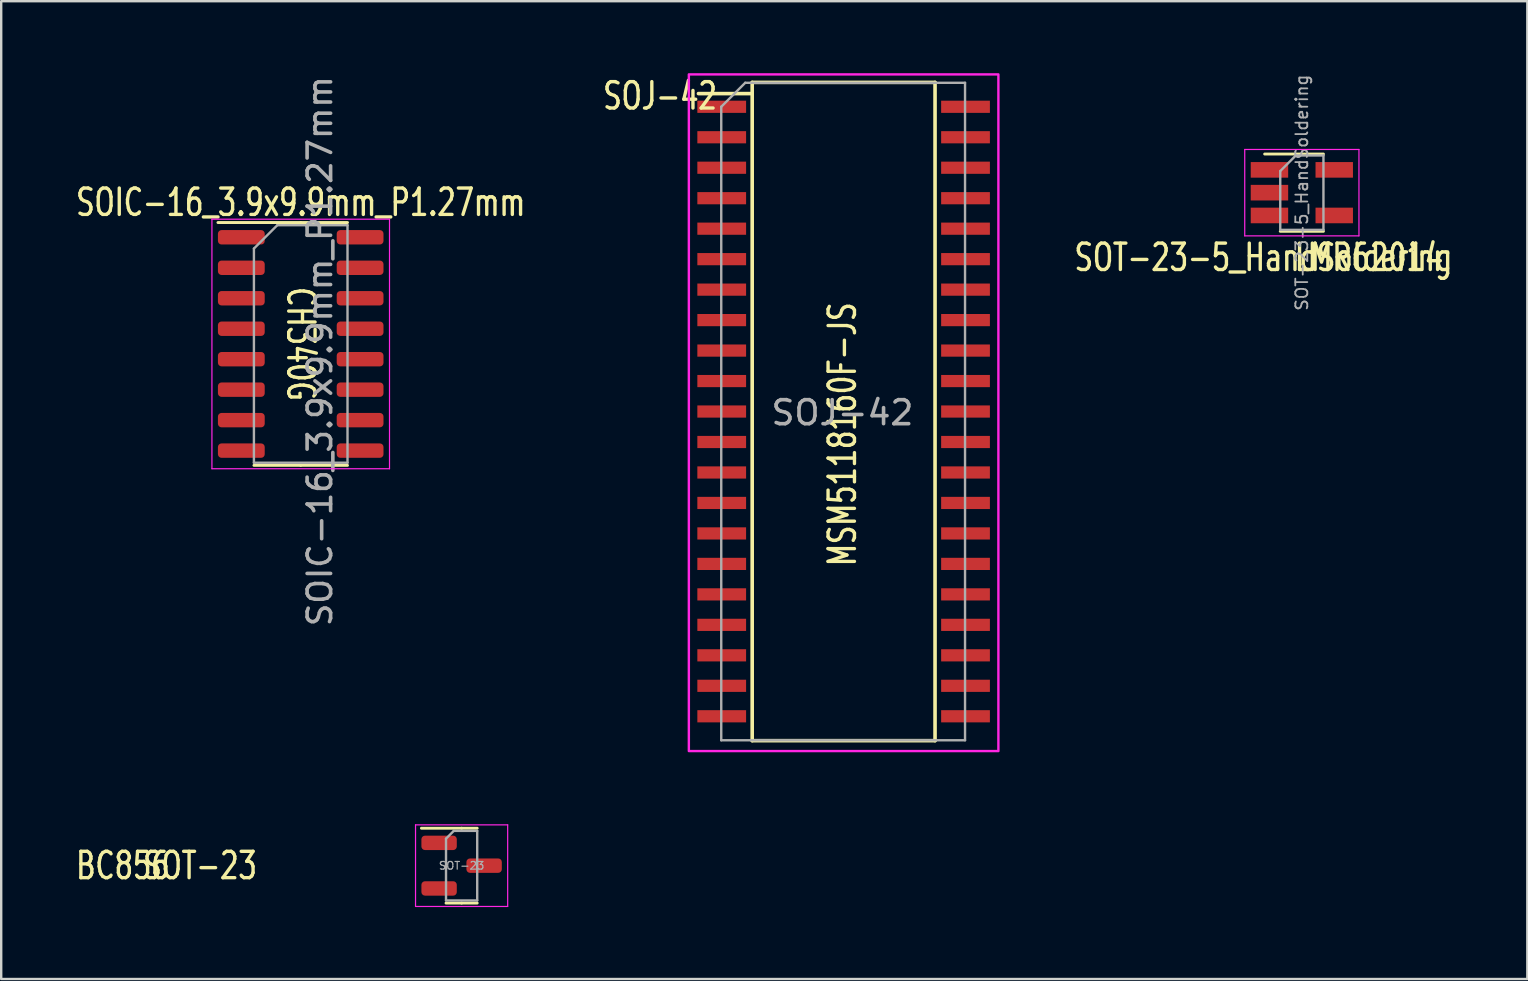
<source format=kicad_pcb>
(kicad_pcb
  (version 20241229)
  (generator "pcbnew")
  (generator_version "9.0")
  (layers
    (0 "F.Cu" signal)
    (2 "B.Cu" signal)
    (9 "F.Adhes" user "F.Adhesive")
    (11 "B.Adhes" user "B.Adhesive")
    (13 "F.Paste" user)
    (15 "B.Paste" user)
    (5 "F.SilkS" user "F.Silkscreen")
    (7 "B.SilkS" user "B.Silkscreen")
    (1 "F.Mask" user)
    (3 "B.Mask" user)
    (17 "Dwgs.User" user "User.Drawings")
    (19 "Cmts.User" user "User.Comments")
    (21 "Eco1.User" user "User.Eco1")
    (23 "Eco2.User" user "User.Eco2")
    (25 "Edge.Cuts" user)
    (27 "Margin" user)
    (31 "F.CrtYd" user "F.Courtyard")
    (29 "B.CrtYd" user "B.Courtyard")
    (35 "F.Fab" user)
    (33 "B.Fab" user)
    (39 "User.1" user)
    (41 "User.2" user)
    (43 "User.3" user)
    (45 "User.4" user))
  (footprint "SOT-23-5_HandSoldering"
    (layer "F.Cu")
    (at 51.203 4.979)
    (property "Reference" "SOT-23-5_HandSoldering" (at -1.6 2.7 0) (unlocked yes) (layer "F.SilkS") (effects (font (size 1.1 0.8) (thickness 0.14))))
    (property "Value" "LMR62014" (at 1.6 0.9 90) (layer "F.Fab") (hide yes) (effects (font (size 1 0.95) (thickness 0.15))))
    (attr smd)
    (fp_line (start -0.9 1.61) (end 0.9 1.61) (stroke (width 0.12) (type solid)) (layer "F.SilkS"))
    (fp_line (start 0.9 -1.61) (end -1.55 -1.61) (stroke (width 0.12) (type solid)) (layer "F.SilkS"))
    (fp_line (start -2.38 -1.8) (end -2.38 1.8) (stroke (width 0.05) (type solid)) (layer "F.CrtYd"))
    (fp_line (start -2.38 -1.8) (end 2.38 -1.8) (stroke (width 0.05) (type solid)) (layer "F.CrtYd"))
    (fp_line (start 2.38 1.8) (end -2.38 1.8) (stroke (width 0.05) (type solid)) (layer "F.CrtYd"))
    (fp_line (start 2.38 1.8) (end 2.38 -1.8) (stroke (width 0.05) (type solid)) (layer "F.CrtYd"))
    (fp_line (start -0.9 -0.9) (end -0.9 1.55) (stroke (width 0.1) (type solid)) (layer "F.Fab"))
    (fp_line (start -0.9 -0.9) (end -0.25 -1.55) (stroke (width 0.1) (type solid)) (layer "F.Fab"))
    (fp_line (start 0.9 -1.55) (end -0.25 -1.55) (stroke (width 0.1) (type solid)) (layer "F.Fab"))
    (fp_line (start 0.9 -1.55) (end 0.9 1.55) (stroke (width 0.1) (type solid)) (layer "F.Fab"))
    (fp_line (start 0.9 1.55) (end -0.9 1.55) (stroke (width 0.1) (type solid)) (layer "F.Fab"))
    (fp_text user "${VALUE}" (at 2.8 2.7 0) (unlocked yes) (layer "F.SilkS") (effects (font (size 1.1 0.8) (thickness 0.14))))
    (fp_text user "${REFERENCE}" (at 0 0 270) (layer "F.Fab") (effects (font (size 0.5 0.5) (thickness 0.075))))
    (pad "1" smd rect (at -1.35 -0.95) (size 1.56 0.65) (layers "F.Cu" "F.Mask" "F.Paste"))
    (pad "2" smd rect (at -1.35 0) (size 1.56 0.65) (layers "F.Cu" "F.Mask" "F.Paste"))
    (pad "3" smd rect (at -1.35 0.95) (size 1.56 0.65) (layers "F.Cu" "F.Mask" "F.Paste"))
    (pad "4" smd rect (at 1.35 0.95) (size 1.56 0.65) (layers "F.Cu" "F.Mask" "F.Paste"))
    (pad "5" smd rect (at 1.35 -0.95) (size 1.56 0.65) (layers "F.Cu" "F.Mask" "F.Paste")))
  (footprint "SOJ-42"
    (layer "F.Cu")
    (at 32.057 15.05)
    (property "Reference" "SOJ-42" (at -7.6 -14.1 0) (unlocked yes) (layer "F.SilkS") (effects (font (size 1.1 0.8) (thickness 0.14))))
    (property "Value" "MSM5118160F-JS" (at 0 1 0) (layer "F.Fab") (hide yes) (effects (font (size 1 1) (thickness 0.15))))
    (attr smd)
    (fp_line (start -3.8 -14.2) (end -6 -14.2) (stroke (width 0.15) (type solid)) (layer "F.SilkS"))
    (fp_line (start -3.76 -14.666) (end 3.86 -14.666) (stroke (width 0.15) (type solid)) (layer "F.SilkS"))
    (fp_line (start -3.76 12.766) (end -3.76 -14.666) (stroke (width 0.15) (type solid)) (layer "F.SilkS"))
    (fp_line (start -3.76 12.766) (end 3.86 12.766) (stroke (width 0.15) (type solid)) (layer "F.SilkS"))
    (fp_line (start 3.86 -14.666) (end 3.86 12.766) (stroke (width 0.15) (type solid)) (layer "F.SilkS"))
    (fp_rect (start -6.4 -15) (end 6.5 13.2) (stroke (width 0.1) (type solid)) (fill no) (layer "F.CrtYd"))
    (fp_line (start -5.05 -13.65) (end -4.05 -14.65) (stroke (width 0.1) (type solid)) (layer "F.Fab"))
    (fp_line (start -5.05 12.75) (end -5.05 -13.65) (stroke (width 0.1) (type solid)) (layer "F.Fab"))
    (fp_line (start -4.05 -14.65) (end 5.11 -14.65) (stroke (width 0.1) (type solid)) (layer "F.Fab"))
    (fp_line (start 5.11 -14.65) (end 5.11 12.75) (stroke (width 0.1) (type solid)) (layer "F.Fab"))
    (fp_line (start 5.11 12.75) (end -5.05 12.75) (stroke (width 0.1) (type solid)) (layer "F.Fab"))
    (fp_text user "${VALUE}" (at 0 0 90) (unlocked yes) (layer "F.SilkS") (effects (font (size 1.1 0.8) (thickness 0.14))))
    (fp_text user "${REFERENCE}" (at 0 -0.9 0) (layer "F.Fab") (effects (font (size 1 1) (thickness 0.15))))
    (pad "1" smd rect (at -5.03 -13.65 270) (size 0.508 2.032) (layers "F.Cu" "F.Mask" "F.Paste"))
    (pad "2" smd rect (at -5.03 -12.38 270) (size 0.508 2.032) (layers "F.Cu" "F.Mask" "F.Paste"))
    (pad "3" smd rect (at -5.03 -11.11 270) (size 0.508 2.032) (layers "F.Cu" "F.Mask" "F.Paste"))
    (pad "4" smd rect (at -5.03 -9.84 270) (size 0.508 2.032) (layers "F.Cu" "F.Mask" "F.Paste"))
    (pad "5" smd rect (at -5.03 -8.57 270) (size 0.508 2.032) (layers "F.Cu" "F.Mask" "F.Paste"))
    (pad "6" smd rect (at -5.03 -7.3 270) (size 0.508 2.032) (layers "F.Cu" "F.Mask" "F.Paste"))
    (pad "7" smd rect (at -5.03 -6.03 270) (size 0.508 2.032) (layers "F.Cu" "F.Mask" "F.Paste"))
    (pad "8" smd rect (at -5.03 -4.76 270) (size 0.508 2.032) (layers "F.Cu" "F.Mask" "F.Paste"))
    (pad "9" smd rect (at -5.03 -3.49 270) (size 0.508 2.032) (layers "F.Cu" "F.Mask" "F.Paste"))
    (pad "10" smd rect (at -5.03 -2.22 270) (size 0.508 2.032) (layers "F.Cu" "F.Mask" "F.Paste"))
    (pad "11" smd rect (at -5.03 -0.95 270) (size 0.508 2.032) (layers "F.Cu" "F.Mask" "F.Paste"))
    (pad "12" smd rect (at -5.03 0.32 270) (size 0.508 2.032) (layers "F.Cu" "F.Mask" "F.Paste"))
    (pad "13" smd rect (at -5.03 1.59 270) (size 0.508 2.032) (layers "F.Cu" "F.Mask" "F.Paste"))
    (pad "14" smd rect (at -5.03 2.86 270) (size 0.508 2.032) (layers "F.Cu" "F.Mask" "F.Paste"))
    (pad "15" smd rect (at -5.03 4.13 270) (size 0.508 2.032) (layers "F.Cu" "F.Mask" "F.Paste"))
    (pad "16" smd rect (at -5.03 5.4 270) (size 0.508 2.032) (layers "F.Cu" "F.Mask" "F.Paste"))
    (pad "17" smd rect (at -5.03 6.67 270) (size 0.508 2.032) (layers "F.Cu" "F.Mask" "F.Paste"))
    (pad "18" smd rect (at -5.03 7.94 270) (size 0.508 2.032) (layers "F.Cu" "F.Mask" "F.Paste"))
    (pad "19" smd rect (at -5.03 9.21 270) (size 0.508 2.032) (layers "F.Cu" "F.Mask" "F.Paste"))
    (pad "20" smd rect (at -5.03 10.48 270) (size 0.508 2.032) (layers "F.Cu" "F.Mask" "F.Paste"))
    (pad "21" smd rect (at -5.03 11.75 270) (size 0.508 2.032) (layers "F.Cu" "F.Mask" "F.Paste"))
    (pad "22" smd rect (at 5.13 11.75 270) (size 0.508 2.032) (layers "F.Cu" "F.Mask" "F.Paste"))
    (pad "23" smd rect (at 5.13 10.48 270) (size 0.508 2.032) (layers "F.Cu" "F.Mask" "F.Paste"))
    (pad "24" smd rect (at 5.13 9.21 270) (size 0.508 2.032) (layers "F.Cu" "F.Mask" "F.Paste"))
    (pad "25" smd rect (at 5.13 7.94 270) (size 0.508 2.032) (layers "F.Cu" "F.Mask" "F.Paste"))
    (pad "26" smd rect (at 5.13 6.67 270) (size 0.508 2.032) (layers "F.Cu" "F.Mask" "F.Paste"))
    (pad "27" smd rect (at 5.13 5.4 270) (size 0.508 2.032) (layers "F.Cu" "F.Mask" "F.Paste"))
    (pad "28" smd rect (at 5.13 4.13 270) (size 0.508 2.032) (layers "F.Cu" "F.Mask" "F.Paste"))
    (pad "29" smd rect (at 5.13 2.86 270) (size 0.508 2.032) (layers "F.Cu" "F.Mask" "F.Paste"))
    (pad "30" smd rect (at 5.13 1.59 270) (size 0.508 2.032) (layers "F.Cu" "F.Mask" "F.Paste"))
    (pad "31" smd rect (at 5.13 0.32 270) (size 0.508 2.032) (layers "F.Cu" "F.Mask" "F.Paste"))
    (pad "32" smd rect (at 5.13 -0.95 270) (size 0.508 2.032) (layers "F.Cu" "F.Mask" "F.Paste"))
    (pad "33" smd rect (at 5.13 -2.22 270) (size 0.508 2.032) (layers "F.Cu" "F.Mask" "F.Paste"))
    (pad "34" smd rect (at 5.13 -3.49 270) (size 0.508 2.032) (layers "F.Cu" "F.Mask" "F.Paste"))
    (pad "35" smd rect (at 5.13 -4.76 270) (size 0.508 2.032) (layers "F.Cu" "F.Mask" "F.Paste"))
    (pad "36" smd rect (at 5.13 -6.03 270) (size 0.508 2.032) (layers "F.Cu" "F.Mask" "F.Paste"))
    (pad "37" smd rect (at 5.13 -7.3 270) (size 0.508 2.032) (layers "F.Cu" "F.Mask" "F.Paste"))
    (pad "38" smd rect (at 5.13 -8.57 270) (size 0.508 2.032) (layers "F.Cu" "F.Mask" "F.Paste"))
    (pad "39" smd rect (at 5.13 -9.84 270) (size 0.508 2.032) (layers "F.Cu" "F.Mask" "F.Paste"))
    (pad "40" smd rect (at 5.13 -11.11 270) (size 0.508 2.032) (layers "F.Cu" "F.Mask" "F.Paste"))
    (pad "41" smd rect (at 5.13 -12.38 270) (size 0.508 2.032) (layers "F.Cu" "F.Mask" "F.Paste"))
    (pad "42" smd rect (at 5.13 -13.65 270) (size 0.508 2.032) (layers "F.Cu" "F.Mask" "F.Paste")))
  (footprint "SOT-23"
    (layer "F.Cu")
    (at 16.187 33.025)
    (property "Reference" "SOT-23" (at -10.9 0 0) (layer "F.SilkS") (effects (font (size 1.1 0.8) (thickness 0.14))))
    (property "Value" "BC856" (at 3.955 -0.2 0) (layer "F.Fab") (hide yes) (effects (font (size 1 1) (thickness 0.15))))
    (attr smd)
    (fp_line (start 0 -1.56) (end -1.675 -1.56) (stroke (width 0.12) (type solid)) (layer "F.SilkS"))
    (fp_line (start 0 -1.56) (end 0.65 -1.56) (stroke (width 0.12) (type solid)) (layer "F.SilkS"))
    (fp_line (start 0 1.56) (end -0.65 1.56) (stroke (width 0.12) (type solid)) (layer "F.SilkS"))
    (fp_line (start 0 1.56) (end 0.65 1.56) (stroke (width 0.12) (type solid)) (layer "F.SilkS"))
    (fp_line (start -1.92 -1.7) (end -1.92 1.7) (stroke (width 0.05) (type solid)) (layer "F.CrtYd"))
    (fp_line (start -1.92 1.7) (end 1.92 1.7) (stroke (width 0.05) (type solid)) (layer "F.CrtYd"))
    (fp_line (start 1.92 -1.7) (end -1.92 -1.7) (stroke (width 0.05) (type solid)) (layer "F.CrtYd"))
    (fp_line (start 1.92 1.7) (end 1.92 -1.7) (stroke (width 0.05) (type solid)) (layer "F.CrtYd"))
    (fp_line (start -0.65 -1.125) (end -0.325 -1.45) (stroke (width 0.1) (type solid)) (layer "F.Fab"))
    (fp_line (start -0.65 1.45) (end -0.65 -1.125) (stroke (width 0.1) (type solid)) (layer "F.Fab"))
    (fp_line (start -0.325 -1.45) (end 0.65 -1.45) (stroke (width 0.1) (type solid)) (layer "F.Fab"))
    (fp_line (start 0.65 -1.45) (end 0.65 1.45) (stroke (width 0.1) (type solid)) (layer "F.Fab"))
    (fp_line (start 0.65 1.45) (end -0.65 1.45) (stroke (width 0.1) (type solid)) (layer "F.Fab"))
    (fp_text user "${VALUE}" (at -14.114 0 180) (layer "F.SilkS") (effects (font (size 1.1 0.8) (thickness 0.14))))
    (fp_text user "${REFERENCE}" (at 0 0 0) (layer "F.Fab") (effects (font (size 0.32 0.32) (thickness 0.05))))
    (pad "1" smd roundrect (at -0.938 -0.95) (size 1.475 0.6) (layers "F.Cu" "F.Mask" "F.Paste") (roundrect_rratio 0.25))
    (pad "2" smd roundrect (at -0.938 0.95) (size 1.475 0.6) (layers "F.Cu" "F.Mask" "F.Paste") (roundrect_rratio 0.25))
    (pad "3" smd roundrect (at 0.938 0) (size 1.475 0.6) (layers "F.Cu" "F.Mask" "F.Paste") (roundrect_rratio 0.25)))
  (footprint "SOIC-16_3.9x9.9mm_P1.27mm"
    (layer "F.Cu")
    (at 9.482 11.284)
    (property "Reference" "SOIC-16_3.9x9.9mm_P1.27mm" (at 0 -5.9 0) (unlocked yes) (layer "F.SilkS") (effects (font (size 1.1 0.8) (thickness 0.14))))
    (property "Value" "CH340G" (at -0.8 0.1 90) (layer "F.Fab") (hide yes) (effects (font (size 1 1) (thickness 0.15))))
    (attr smd)
    (fp_line (start 0 -5.06) (end -3.45 -5.06) (stroke (width 0.12) (type solid)) (layer "F.SilkS"))
    (fp_line (start 0 -5.06) (end 1.95 -5.06) (stroke (width 0.12) (type solid)) (layer "F.SilkS"))
    (fp_line (start 0 5.06) (end -1.95 5.06) (stroke (width 0.12) (type solid)) (layer "F.SilkS"))
    (fp_line (start 0 5.06) (end 1.95 5.06) (stroke (width 0.12) (type solid)) (layer "F.SilkS"))
    (fp_line (start -3.7 -5.2) (end -3.7 5.2) (stroke (width 0.05) (type solid)) (layer "F.CrtYd"))
    (fp_line (start -3.7 5.2) (end 3.7 5.2) (stroke (width 0.05) (type solid)) (layer "F.CrtYd"))
    (fp_line (start 3.7 -5.2) (end -3.7 -5.2) (stroke (width 0.05) (type solid)) (layer "F.CrtYd"))
    (fp_line (start 3.7 5.2) (end 3.7 -5.2) (stroke (width 0.05) (type solid)) (layer "F.CrtYd"))
    (fp_line (start -1.95 -3.975) (end -0.975 -4.95) (stroke (width 0.1) (type solid)) (layer "F.Fab"))
    (fp_line (start -1.95 4.95) (end -1.95 -3.975) (stroke (width 0.1) (type solid)) (layer "F.Fab"))
    (fp_line (start -0.975 -4.95) (end 1.95 -4.95) (stroke (width 0.1) (type solid)) (layer "F.Fab"))
    (fp_line (start 1.95 -4.95) (end 1.95 4.95) (stroke (width 0.1) (type solid)) (layer "F.Fab"))
    (fp_line (start 1.95 4.95) (end -1.95 4.95) (stroke (width 0.1) (type solid)) (layer "F.Fab"))
    (fp_text user "${VALUE}" (at 0 0 270) (unlocked yes) (layer "F.SilkS") (effects (font (size 1.1 0.8) (thickness 0.14))))
    (fp_text user "${REFERENCE}" (at 0.8 0.3 90) (layer "F.Fab") (effects (font (size 0.98 0.98) (thickness 0.15))))
    (pad "1" smd roundrect (at -2.475 -4.445) (size 1.95 0.6) (layers "F.Cu" "F.Mask" "F.Paste") (roundrect_rratio 0.25))
    (pad "2" smd roundrect (at -2.475 -3.175) (size 1.95 0.6) (layers "F.Cu" "F.Mask" "F.Paste") (roundrect_rratio 0.25))
    (pad "3" smd roundrect (at -2.475 -1.905) (size 1.95 0.6) (layers "F.Cu" "F.Mask" "F.Paste") (roundrect_rratio 0.25))
    (pad "4" smd roundrect (at -2.475 -0.635) (size 1.95 0.6) (layers "F.Cu" "F.Mask" "F.Paste") (roundrect_rratio 0.25))
    (pad "5" smd roundrect (at -2.475 0.635) (size 1.95 0.6) (layers "F.Cu" "F.Mask" "F.Paste") (roundrect_rratio 0.25))
    (pad "6" smd roundrect (at -2.475 1.905) (size 1.95 0.6) (layers "F.Cu" "F.Mask" "F.Paste") (roundrect_rratio 0.25))
    (pad "7" smd roundrect (at -2.475 3.175) (size 1.95 0.6) (layers "F.Cu" "F.Mask" "F.Paste") (roundrect_rratio 0.25))
    (pad "8" smd roundrect (at -2.475 4.445) (size 1.95 0.6) (layers "F.Cu" "F.Mask" "F.Paste") (roundrect_rratio 0.25))
    (pad "9" smd roundrect (at 2.475 4.445) (size 1.95 0.6) (layers "F.Cu" "F.Mask" "F.Paste") (roundrect_rratio 0.25))
    (pad "10" smd roundrect (at 2.475 3.175) (size 1.95 0.6) (layers "F.Cu" "F.Mask" "F.Paste") (roundrect_rratio 0.25))
    (pad "11" smd roundrect (at 2.475 1.905) (size 1.95 0.6) (layers "F.Cu" "F.Mask" "F.Paste") (roundrect_rratio 0.25))
    (pad "12" smd roundrect (at 2.475 0.635) (size 1.95 0.6) (layers "F.Cu" "F.Mask" "F.Paste") (roundrect_rratio 0.25))
    (pad "13" smd roundrect (at 2.475 -0.635) (size 1.95 0.6) (layers "F.Cu" "F.Mask" "F.Paste") (roundrect_rratio 0.25))
    (pad "14" smd roundrect (at 2.475 -1.905) (size 1.95 0.6) (layers "F.Cu" "F.Mask" "F.Paste") (roundrect_rratio 0.25))
    (pad "15" smd roundrect (at 2.475 -3.175) (size 1.95 0.6) (layers "F.Cu" "F.Mask" "F.Paste") (roundrect_rratio 0.25))
    (pad "16" smd roundrect (at 2.475 -4.445) (size 1.95 0.6) (layers "F.Cu" "F.Mask" "F.Paste") (roundrect_rratio 0.25)))
  (gr_rect
    (start -3 -3)
    (end 60.6 37.75)
    (stroke (width 0.1) (type default))
    (fill no)
    (layer "Edge.Cuts")))
</source>
